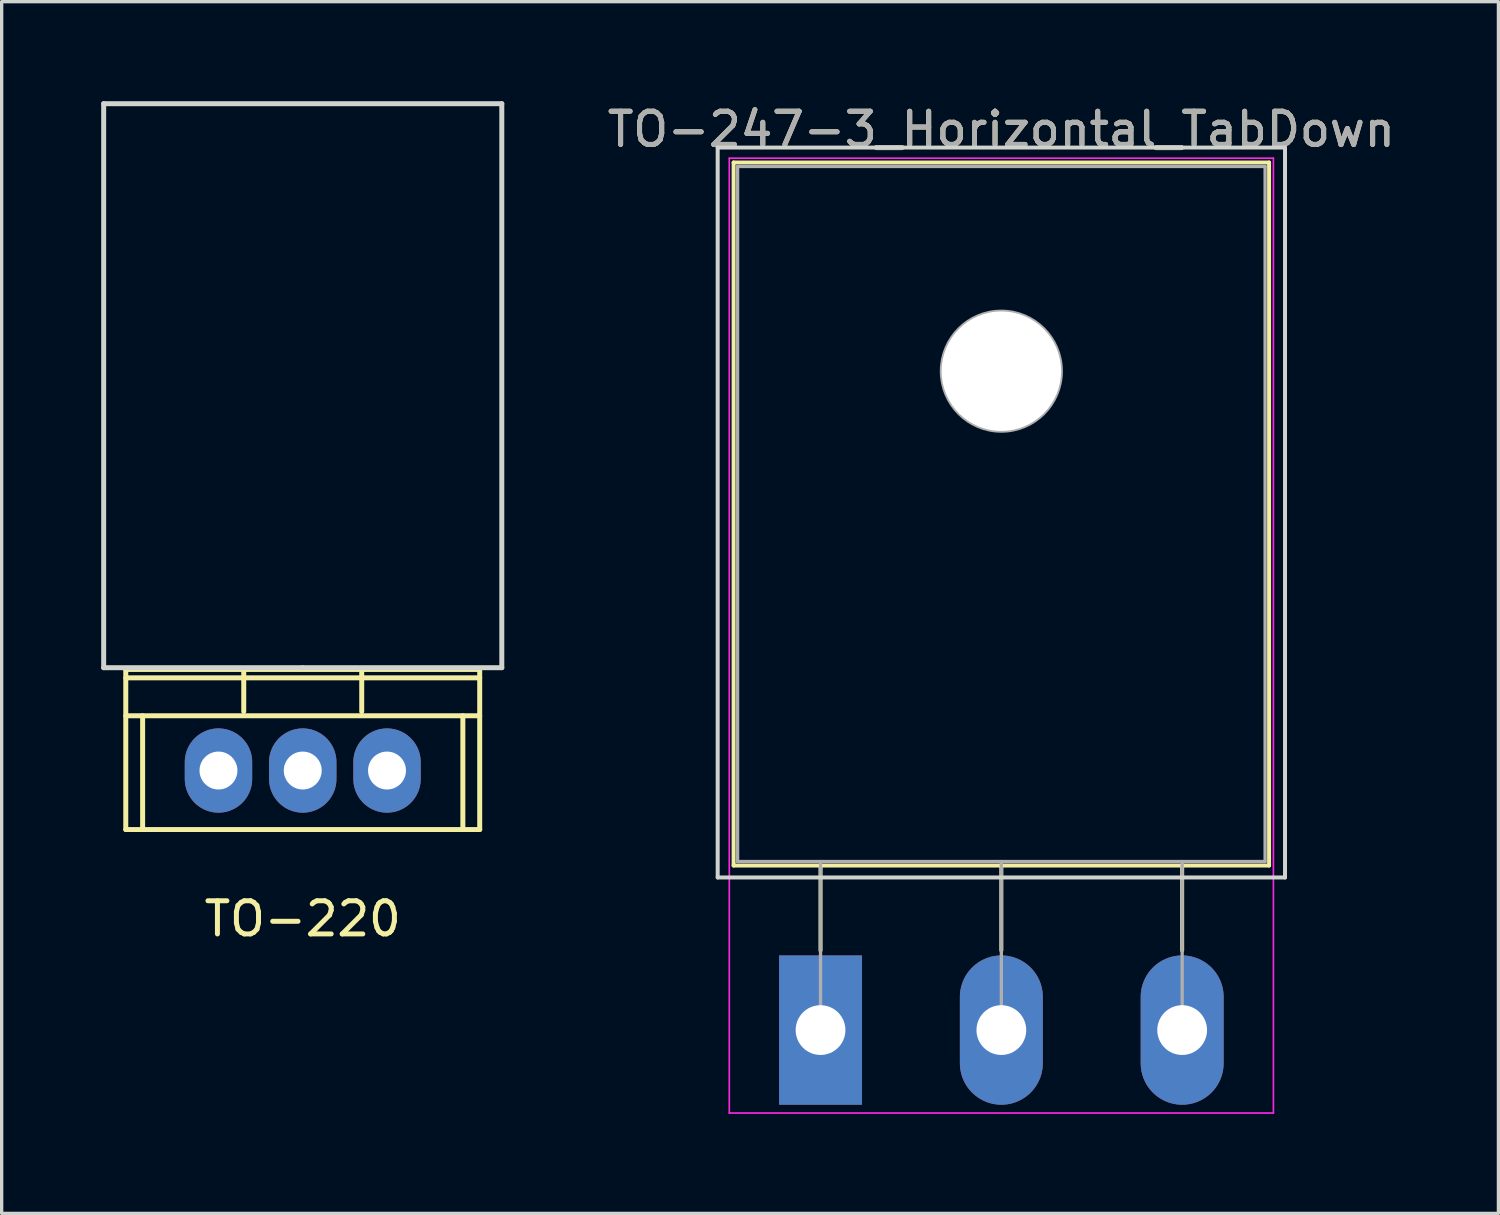
<source format=kicad_pcb>
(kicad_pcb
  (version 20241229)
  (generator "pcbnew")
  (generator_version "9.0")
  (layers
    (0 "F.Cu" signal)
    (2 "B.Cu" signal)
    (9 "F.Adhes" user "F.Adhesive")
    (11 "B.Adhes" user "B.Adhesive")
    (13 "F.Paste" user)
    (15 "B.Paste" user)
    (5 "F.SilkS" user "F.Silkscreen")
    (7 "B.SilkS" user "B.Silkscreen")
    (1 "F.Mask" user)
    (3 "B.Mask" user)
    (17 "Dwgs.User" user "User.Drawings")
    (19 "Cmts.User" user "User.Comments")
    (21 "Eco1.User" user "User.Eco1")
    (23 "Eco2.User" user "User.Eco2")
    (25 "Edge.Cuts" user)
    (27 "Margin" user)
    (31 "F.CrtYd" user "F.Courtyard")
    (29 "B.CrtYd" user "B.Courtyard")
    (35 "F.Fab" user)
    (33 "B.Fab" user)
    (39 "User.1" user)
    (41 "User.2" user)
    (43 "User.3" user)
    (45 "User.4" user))
  (footprint "TO-247-3_Horizontal_TabDown"
    (layer "F.Cu")
    (at 21.682 27.998)
    (property "Reference" "TO-247-3_Horizontal_TabDown" (at 5.45 -27.15 0) (layer "F.SilkS") (effects (font (size 1 1) (thickness 0.15))))
    (attr through_hole)
    (fp_line (start -2.62 -26.15) (end -2.62 -4.96) (stroke (width 0.12) (type solid)) (layer "F.SilkS"))
    (fp_line (start -2.62 -26.15) (end 13.52 -26.15) (stroke (width 0.12) (type solid)) (layer "F.SilkS"))
    (fp_line (start -2.62 -4.96) (end 13.52 -4.96) (stroke (width 0.12) (type solid)) (layer "F.SilkS"))
    (fp_line (start 0 -4.96) (end 0 -2.4) (stroke (width 0.12) (type solid)) (layer "F.SilkS"))
    (fp_line (start 5.45 -4.96) (end 5.45 -2.4) (stroke (width 0.12) (type solid)) (layer "F.SilkS"))
    (fp_line (start 10.9 -4.96) (end 10.9 -2.4) (stroke (width 0.12) (type solid)) (layer "F.SilkS"))
    (fp_line (start 13.52 -26.15) (end 13.52 -4.96) (stroke (width 0.12) (type solid)) (layer "F.SilkS"))
    (fp_line (start -3.1 -26.6) (end 14 -26.6) (stroke (width 0.12) (type solid)) (layer "Edge.Cuts"))
    (fp_line (start -3.1 -4.6) (end -3.1 -26.6) (stroke (width 0.12) (type solid)) (layer "Edge.Cuts"))
    (fp_line (start 14 -26.6) (end 14 -4.6) (stroke (width 0.12) (type solid)) (layer "Edge.Cuts"))
    (fp_line (start 14 -4.6) (end -3.1 -4.6) (stroke (width 0.12) (type solid)) (layer "Edge.Cuts"))
    (fp_line (start -2.75 -26.28) (end -2.75 2.5) (stroke (width 0.05) (type solid)) (layer "F.CrtYd"))
    (fp_line (start -2.75 2.5) (end 13.65 2.5) (stroke (width 0.05) (type solid)) (layer "F.CrtYd"))
    (fp_line (start 13.65 -26.28) (end -2.75 -26.28) (stroke (width 0.05) (type solid)) (layer "F.CrtYd"))
    (fp_line (start 13.65 2.5) (end 13.65 -26.28) (stroke (width 0.05) (type solid)) (layer "F.CrtYd"))
    (fp_line (start -2.5 -26.03) (end 13.4 -26.03) (stroke (width 0.1) (type solid)) (layer "F.Fab"))
    (fp_line (start -2.5 -5.08) (end -2.5 -26.03) (stroke (width 0.1) (type solid)) (layer "F.Fab"))
    (fp_line (start 0 -5.08) (end 0 0) (stroke (width 0.1) (type solid)) (layer "F.Fab"))
    (fp_line (start 5.45 -5.08) (end 5.45 0) (stroke (width 0.1) (type solid)) (layer "F.Fab"))
    (fp_line (start 10.9 -5.08) (end 10.9 0) (stroke (width 0.1) (type solid)) (layer "F.Fab"))
    (fp_line (start 13.4 -26.03) (end 13.4 -5.08) (stroke (width 0.1) (type solid)) (layer "F.Fab"))
    (fp_line (start 13.4 -5.08) (end -2.5 -5.08) (stroke (width 0.1) (type solid)) (layer "F.Fab"))
    (fp_circle (center 5.45 -19.86) (end 7.255 -19.86) (stroke (width 0.1) (type solid)) (fill no) (layer "F.Fab"))
    (fp_text user "${REFERENCE}" (at 5.45 -27.15 0) (layer "F.Fab") (effects (font (size 1 1) (thickness 0.15))))
    (pad "" np_thru_hole oval (at 5.45 -19.86) (size 3.6 3.6) (drill 3.6) (layers "*.Cu" "*.Mask"))
    (pad "1" thru_hole rect (at 0 0) (size 2.5 4.5) (drill 1.5) (layers "*.Cu" "*.Mask"))
    (pad "2" thru_hole oval (at 5.45 0) (size 2.5 4.5) (drill 1.5) (layers "*.Cu" "*.Mask"))
    (pad "3" thru_hole oval (at 10.9 0) (size 2.5 4.5) (drill 1.5) (layers "*.Cu" "*.Mask")))
  (footprint "TO-220"
    (layer "F.Cu")
    (at 6.075 20.175)
    (property "Reference" "TO-220" (at 0 4.47 0) (layer "F.SilkS") (effects (font (size 1 1) (thickness 0.15))))
    (attr through_hole)
    (fp_line (start -5.334 -3.048) (end -5.334 1.778) (stroke (width 0.15) (type solid)) (layer "F.SilkS"))
    (fp_line (start -5.334 -1.651) (end 5.334 -1.651) (stroke (width 0.15) (type solid)) (layer "F.SilkS"))
    (fp_line (start -4.826 -1.651) (end -4.826 1.778) (stroke (width 0.15) (type solid)) (layer "F.SilkS"))
    (fp_line (start -1.778 -1.778) (end -1.778 -3.048) (stroke (width 0.15) (type solid)) (layer "F.SilkS"))
    (fp_line (start 1.778 -1.778) (end 1.778 -3.048) (stroke (width 0.15) (type solid)) (layer "F.SilkS"))
    (fp_line (start 4.826 -1.651) (end 4.826 1.778) (stroke (width 0.15) (type solid)) (layer "F.SilkS"))
    (fp_line (start 5.334 -3.048) (end -5.334 -3.048) (stroke (width 0.15) (type solid)) (layer "F.SilkS"))
    (fp_line (start 5.334 -3.048) (end 5.334 1.778) (stroke (width 0.15) (type solid)) (layer "F.SilkS"))
    (fp_line (start 5.334 -2.794) (end -5.334 -2.794) (stroke (width 0.15) (type solid)) (layer "F.SilkS"))
    (fp_line (start 5.334 1.778) (end -5.334 1.778) (stroke (width 0.15) (type solid)) (layer "F.SilkS"))
    (fp_line (start -6 -20.1) (end 6 -20.1) (stroke (width 0.15) (type solid)) (layer "Edge.Cuts"))
    (fp_line (start -6 -3.1) (end -6 -20.1) (stroke (width 0.15) (type solid)) (layer "Edge.Cuts"))
    (fp_line (start 0 -3.1) (end -6 -3.1) (stroke (width 0.15) (type solid)) (layer "Edge.Cuts"))
    (fp_line (start 6 -20.1) (end 6 -3.1) (stroke (width 0.15) (type solid)) (layer "Edge.Cuts"))
    (fp_line (start 6 -3.1) (end 0 -3.1) (stroke (width 0.15) (type solid)) (layer "Edge.Cuts"))
    (pad "1" thru_hole oval (at -2.54 0) (size 2.032 2.54) (drill 1.143) (layers "*.Cu" "*.Mask"))
    (pad "2" thru_hole oval (at 0 0) (size 2.032 2.54) (drill 1.143) (layers "*.Cu" "*.Mask"))
    (pad "3" thru_hole oval (at 2.54 0) (size 2.032 2.54) (drill 1.143) (layers "*.Cu" "*.Mask")))
  (gr_rect
    (start -3 -3)
    (end 42.114 33.523)
    (stroke (width 0.1) (type default))
    (fill no)
    (layer "Edge.Cuts")))
</source>
